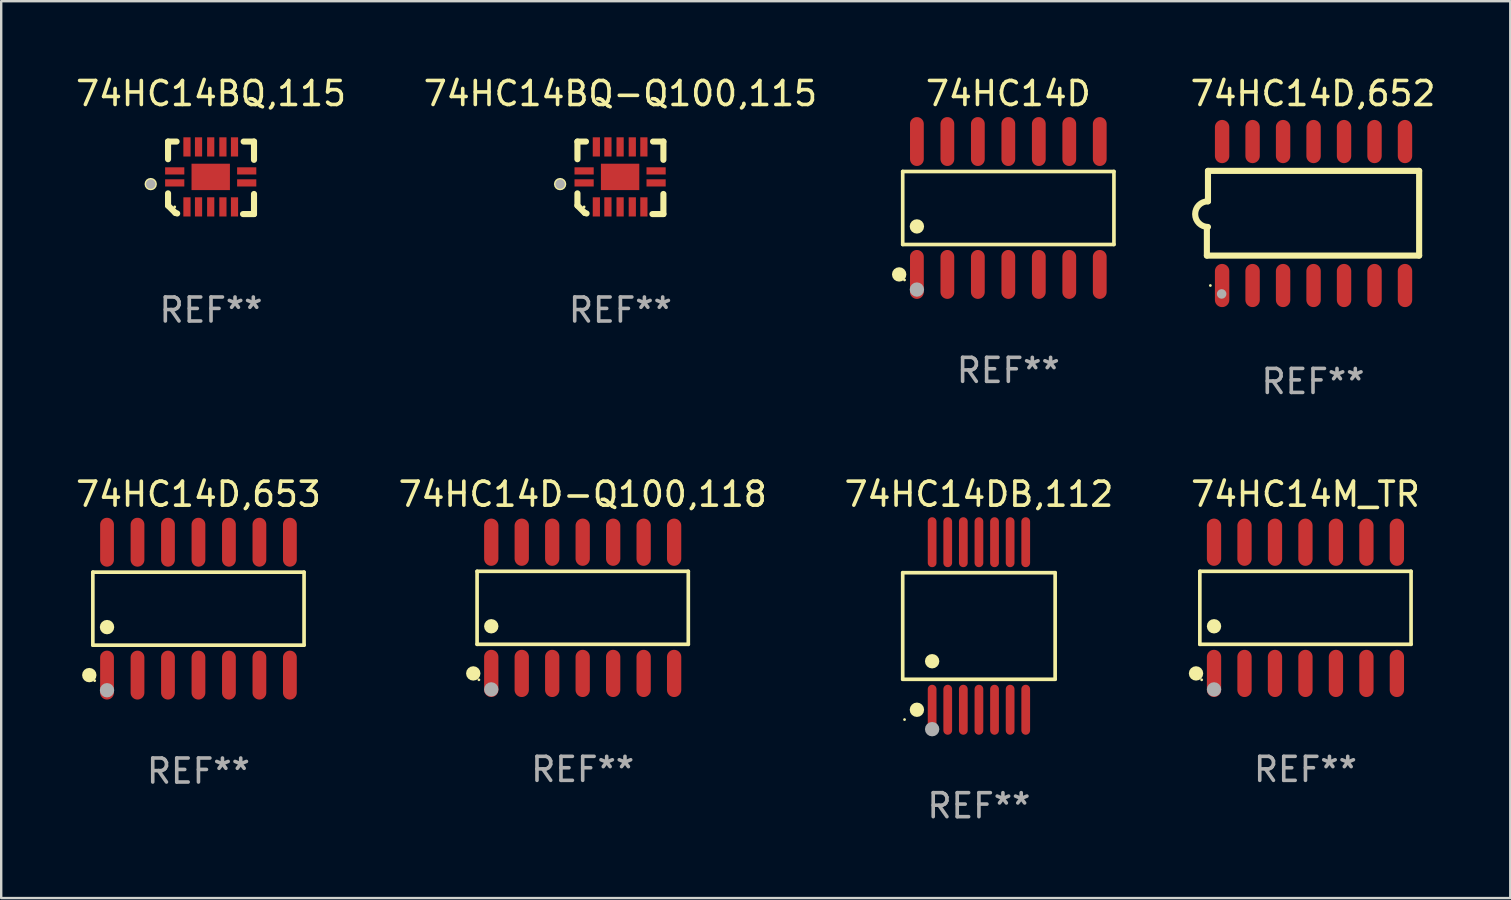
<source format=kicad_pcb>
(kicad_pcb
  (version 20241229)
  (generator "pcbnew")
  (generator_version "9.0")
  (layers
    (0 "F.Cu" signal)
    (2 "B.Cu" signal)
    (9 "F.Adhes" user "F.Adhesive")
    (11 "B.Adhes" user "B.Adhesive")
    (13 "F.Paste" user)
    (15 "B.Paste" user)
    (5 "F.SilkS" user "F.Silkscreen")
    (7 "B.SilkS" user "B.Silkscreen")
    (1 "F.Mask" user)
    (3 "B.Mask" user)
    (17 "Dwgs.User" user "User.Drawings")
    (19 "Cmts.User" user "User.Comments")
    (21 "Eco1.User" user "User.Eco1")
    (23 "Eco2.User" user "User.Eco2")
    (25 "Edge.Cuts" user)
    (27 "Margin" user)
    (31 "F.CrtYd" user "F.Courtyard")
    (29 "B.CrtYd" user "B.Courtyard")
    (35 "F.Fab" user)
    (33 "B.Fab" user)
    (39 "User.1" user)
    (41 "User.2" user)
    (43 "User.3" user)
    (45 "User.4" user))
  (footprint "74HC14BQ,115"
    (layer "F.Cu")
    (at 5.744 4.36)
    (property "Reference" "74HC14BQ,115" (at 0 -3.511 0) (layer "F.SilkS") (effects (font (size 1 1) (thickness 0.15))))
    (attr through_hole)
    (fp_line (start -1.791 -1.511) (end -1.435 -1.511) (stroke (width 0.254) (type solid)) (layer "F.SilkS"))
    (fp_line (start -1.791 -0.775) (end -1.791 -1.511) (stroke (width 0.254) (type solid)) (layer "F.SilkS"))
    (fp_line (start -1.791 1.156) (end -1.791 0.648) (stroke (width 0.254) (type solid)) (layer "F.SilkS"))
    (fp_line (start -1.486 1.461) (end -1.791 1.156) (stroke (width 0.254) (type solid)) (layer "F.SilkS"))
    (fp_line (start -1.41 1.486) (end -1.486 1.461) (stroke (width 0.254) (type solid)) (layer "F.SilkS"))
    (fp_line (start 1.334 1.511) (end 1.791 1.511) (stroke (width 0.254) (type solid)) (layer "F.SilkS"))
    (fp_line (start 1.791 -1.511) (end 1.359 -1.511) (stroke (width 0.254) (type solid)) (layer "F.SilkS"))
    (fp_line (start 1.791 -0.749) (end 1.791 -1.511) (stroke (width 0.254) (type solid)) (layer "F.SilkS"))
    (fp_line (start 1.791 1.511) (end 1.791 0.673) (stroke (width 0.254) (type solid)) (layer "F.SilkS"))
    (fp_circle (center -2.513 0.262) (end -2.383 0.262) (stroke (width 0.254) (type solid)) (fill no) (layer "F.SilkS"))
    (fp_circle (center -1.513 1.212) (end -1.483 1.212) (stroke (width 0.06) (type solid)) (fill no) (layer "F.SilkS"))
    (fp_circle (center -2.513 0.262) (end -2.413 0.262) (stroke (width 0.2) (type solid)) (fill no) (layer "F.Fab"))
    (fp_text user "REF**" (at 0 5.511 0) (layer "F.Fab") (effects (font (size 1 1) (thickness 0.15))))
    (pad "1" smd rect (at -1.513 0.212) (size 0.8 0.3) (layers "F.Cu" "F.Mask" "F.Paste"))
    (pad "2" smd rect (at -1.003 1.212) (size 0.3 0.8) (layers "F.Cu" "F.Mask" "F.Paste"))
    (pad "3" smd rect (at -0.521 1.212) (size 0.3 0.8) (layers "F.Cu" "F.Mask" "F.Paste"))
    (pad "4" smd rect (at -0.013 1.212) (size 0.3 0.8) (layers "F.Cu" "F.Mask" "F.Paste"))
    (pad "5" smd rect (at 0.495 1.212) (size 0.3 0.8) (layers "F.Cu" "F.Mask" "F.Paste"))
    (pad "6" smd rect (at 0.978 1.212) (size 0.3 0.8) (layers "F.Cu" "F.Mask" "F.Paste"))
    (pad "7" smd rect (at 1.487 0.212) (size 0.8 0.3) (layers "F.Cu" "F.Mask" "F.Paste"))
    (pad "8" smd rect (at 1.487 -0.288) (size 0.8 0.3) (layers "F.Cu" "F.Mask" "F.Paste"))
    (pad "9" smd rect (at 0.978 -1.288) (size 0.3 0.8) (layers "F.Cu" "F.Mask" "F.Paste"))
    (pad "10" smd rect (at 0.495 -1.288) (size 0.3 0.8) (layers "F.Cu" "F.Mask" "F.Paste"))
    (pad "11" smd rect (at -0.013 -1.288) (size 0.3 0.8) (layers "F.Cu" "F.Mask" "F.Paste"))
    (pad "12" smd rect (at -0.521 -1.288) (size 0.3 0.8) (layers "F.Cu" "F.Mask" "F.Paste"))
    (pad "13" smd rect (at -1.003 -1.288) (size 0.3 0.8) (layers "F.Cu" "F.Mask" "F.Paste"))
    (pad "14" smd rect (at -1.513 -0.288) (size 0.8 0.3) (layers "F.Cu" "F.Mask" "F.Paste"))
    (pad "15" smd rect (at -0.013 -0.038 90) (size 1.1 1.6) (layers "F.Cu" "F.Mask" "F.Paste")))
  (footprint "74HC14M_TR"
    (layer "F.Cu")
    (at 51.351 22.279)
    (property "Reference" "74HC14M_TR" (at 0 -4.734 0) (layer "F.SilkS") (effects (font (size 1 1) (thickness 0.15))))
    (attr through_hole)
    (fp_line (start -4.401 -1.521) (end 4.401 -1.521) (stroke (width 0.152) (type solid)) (layer "F.SilkS"))
    (fp_line (start -4.401 1.521) (end -4.401 -1.521) (stroke (width 0.152) (type solid)) (layer "F.SilkS"))
    (fp_line (start 4.401 -1.521) (end 4.401 1.521) (stroke (width 0.152) (type solid)) (layer "F.SilkS"))
    (fp_line (start 4.401 1.521) (end -4.401 1.521) (stroke (width 0.152) (type solid)) (layer "F.SilkS"))
    (fp_circle (center -4.56 2.734) (end -4.41 2.734) (stroke (width 0.3) (type solid)) (fill no) (layer "F.SilkS"))
    (fp_circle (center -4.325 3) (end -4.295 3) (stroke (width 0.06) (type solid)) (fill no) (layer "F.SilkS"))
    (fp_circle (center -3.81 0.769) (end -3.66 0.769) (stroke (width 0.3) (type solid)) (fill no) (layer "F.SilkS"))
    (fp_circle (center -3.81 3.4) (end -3.66 3.4) (stroke (width 0.3) (type solid)) (fill no) (layer "F.Fab"))
    (fp_text user "REF**" (at 0 6.734 0) (layer "F.Fab") (effects (font (size 1 1) (thickness 0.15))))
    (pad "1" smd oval (at -3.81 2.734) (size 0.595 1.968) (layers "F.Cu" "F.Mask" "F.Paste"))
    (pad "2" smd oval (at -2.54 2.734) (size 0.595 1.968) (layers "F.Cu" "F.Mask" "F.Paste"))
    (pad "3" smd oval (at -1.27 2.734) (size 0.595 1.968) (layers "F.Cu" "F.Mask" "F.Paste"))
    (pad "4" smd oval (at 0 2.734) (size 0.595 1.968) (layers "F.Cu" "F.Mask" "F.Paste"))
    (pad "5" smd oval (at 1.27 2.734) (size 0.595 1.968) (layers "F.Cu" "F.Mask" "F.Paste"))
    (pad "6" smd oval (at 2.54 2.734) (size 0.595 1.968) (layers "F.Cu" "F.Mask" "F.Paste"))
    (pad "7" smd oval (at 3.81 2.734) (size 0.595 1.968) (layers "F.Cu" "F.Mask" "F.Paste"))
    (pad "8" smd oval (at 3.81 -2.734) (size 0.595 1.968) (layers "F.Cu" "F.Mask" "F.Paste"))
    (pad "9" smd oval (at 2.54 -2.734) (size 0.595 1.968) (layers "F.Cu" "F.Mask" "F.Paste"))
    (pad "10" smd oval (at 1.27 -2.734) (size 0.595 1.968) (layers "F.Cu" "F.Mask" "F.Paste"))
    (pad "11" smd oval (at 0 -2.734) (size 0.595 1.968) (layers "F.Cu" "F.Mask" "F.Paste"))
    (pad "12" smd oval (at -1.27 -2.734) (size 0.595 1.968) (layers "F.Cu" "F.Mask" "F.Paste"))
    (pad "13" smd oval (at -2.54 -2.734) (size 0.595 1.968) (layers "F.Cu" "F.Mask" "F.Paste"))
    (pad "14" smd oval (at -3.81 -2.734) (size 0.595 1.968) (layers "F.Cu" "F.Mask" "F.Paste")))
  (footprint "74HC14D,653"
    (layer "F.Cu")
    (at 5.22 22.314)
    (property "Reference" "74HC14D,653" (at 0 -4.769 0) (layer "F.SilkS") (effects (font (size 1 1) (thickness 0.15))))
    (attr through_hole)
    (fp_line (start -4.401 -1.521) (end 4.401 -1.521) (stroke (width 0.152) (type solid)) (layer "F.SilkS"))
    (fp_line (start -4.401 1.521) (end -4.401 -1.521) (stroke (width 0.152) (type solid)) (layer "F.SilkS"))
    (fp_line (start 4.401 -1.521) (end 4.401 1.521) (stroke (width 0.152) (type solid)) (layer "F.SilkS"))
    (fp_line (start 4.401 1.521) (end -4.401 1.521) (stroke (width 0.152) (type solid)) (layer "F.SilkS"))
    (fp_circle (center -4.549 2.769) (end -4.399 2.769) (stroke (width 0.3) (type solid)) (fill no) (layer "F.SilkS"))
    (fp_circle (center -4.325 3) (end -4.295 3) (stroke (width 0.06) (type solid)) (fill no) (layer "F.SilkS"))
    (fp_circle (center -3.81 0.769) (end -3.66 0.769) (stroke (width 0.3) (type solid)) (fill no) (layer "F.SilkS"))
    (fp_circle (center -3.81 3.4) (end -3.66 3.4) (stroke (width 0.3) (type solid)) (fill no) (layer "F.Fab"))
    (fp_text user "REF**" (at 0 6.769 0) (layer "F.Fab") (effects (font (size 1 1) (thickness 0.15))))
    (pad "1" smd oval (at -3.81 2.769) (size 0.574 2.038) (layers "F.Cu" "F.Mask" "F.Paste"))
    (pad "2" smd oval (at -2.54 2.769) (size 0.574 2.038) (layers "F.Cu" "F.Mask" "F.Paste"))
    (pad "3" smd oval (at -1.27 2.769) (size 0.574 2.038) (layers "F.Cu" "F.Mask" "F.Paste"))
    (pad "4" smd oval (at 0 2.769) (size 0.574 2.038) (layers "F.Cu" "F.Mask" "F.Paste"))
    (pad "5" smd oval (at 1.27 2.769) (size 0.574 2.038) (layers "F.Cu" "F.Mask" "F.Paste"))
    (pad "6" smd oval (at 2.54 2.769) (size 0.574 2.038) (layers "F.Cu" "F.Mask" "F.Paste"))
    (pad "7" smd oval (at 3.81 2.769) (size 0.574 2.038) (layers "F.Cu" "F.Mask" "F.Paste"))
    (pad "8" smd oval (at 3.81 -2.769) (size 0.574 2.038) (layers "F.Cu" "F.Mask" "F.Paste"))
    (pad "9" smd oval (at 2.54 -2.769) (size 0.574 2.038) (layers "F.Cu" "F.Mask" "F.Paste"))
    (pad "10" smd oval (at 1.27 -2.769) (size 0.574 2.038) (layers "F.Cu" "F.Mask" "F.Paste"))
    (pad "11" smd oval (at 0 -2.769) (size 0.574 2.038) (layers "F.Cu" "F.Mask" "F.Paste"))
    (pad "12" smd oval (at -1.27 -2.769) (size 0.574 2.038) (layers "F.Cu" "F.Mask" "F.Paste"))
    (pad "13" smd oval (at -2.54 -2.769) (size 0.574 2.038) (layers "F.Cu" "F.Mask" "F.Paste"))
    (pad "14" smd oval (at -3.81 -2.769) (size 0.574 2.038) (layers "F.Cu" "F.Mask" "F.Paste")))
  (footprint "74HC14DB,112"
    (layer "F.Cu")
    (at 37.744 23.036)
    (property "Reference" "74HC14DB,112" (at 0 -5.491 0) (layer "F.SilkS") (effects (font (size 1 1) (thickness 0.15))))
    (attr through_hole)
    (fp_line (start -3.176 -2.221) (end 3.176 -2.221) (stroke (width 0.152) (type solid)) (layer "F.SilkS"))
    (fp_line (start -3.176 2.221) (end -3.176 -2.221) (stroke (width 0.152) (type solid)) (layer "F.SilkS"))
    (fp_line (start 3.176 -2.221) (end 3.176 2.221) (stroke (width 0.152) (type solid)) (layer "F.SilkS"))
    (fp_line (start 3.176 2.221) (end -3.176 2.221) (stroke (width 0.152) (type solid)) (layer "F.SilkS"))
    (fp_circle (center -3.1 3.9) (end -3.07 3.9) (stroke (width 0.06) (type solid)) (fill no) (layer "F.SilkS"))
    (fp_circle (center -2.584 3.491) (end -2.434 3.491) (stroke (width 0.3) (type solid)) (fill no) (layer "F.SilkS"))
    (fp_circle (center -1.95 1.469) (end -1.8 1.469) (stroke (width 0.3) (type solid)) (fill no) (layer "F.SilkS"))
    (fp_circle (center -1.95 4.3) (end -1.8 4.3) (stroke (width 0.3) (type solid)) (fill no) (layer "F.Fab"))
    (fp_text user "REF**" (at 0 7.491 0) (layer "F.Fab") (effects (font (size 1 1) (thickness 0.15))))
    (pad "1" smd oval (at -1.95 3.491) (size 0.364 2.082) (layers "F.Cu" "F.Mask" "F.Paste"))
    (pad "2" smd oval (at -1.3 3.491) (size 0.364 2.082) (layers "F.Cu" "F.Mask" "F.Paste"))
    (pad "3" smd oval (at -0.65 3.491) (size 0.364 2.082) (layers "F.Cu" "F.Mask" "F.Paste"))
    (pad "4" smd oval (at 0 3.491) (size 0.364 2.082) (layers "F.Cu" "F.Mask" "F.Paste"))
    (pad "5" smd oval (at 0.65 3.491) (size 0.364 2.082) (layers "F.Cu" "F.Mask" "F.Paste"))
    (pad "6" smd oval (at 1.3 3.491) (size 0.364 2.082) (layers "F.Cu" "F.Mask" "F.Paste"))
    (pad "7" smd oval (at 1.95 3.491) (size 0.364 2.082) (layers "F.Cu" "F.Mask" "F.Paste"))
    (pad "8" smd oval (at 1.95 -3.491) (size 0.364 2.082) (layers "F.Cu" "F.Mask" "F.Paste"))
    (pad "9" smd oval (at 1.3 -3.491) (size 0.364 2.082) (layers "F.Cu" "F.Mask" "F.Paste"))
    (pad "10" smd oval (at 0.65 -3.491) (size 0.364 2.082) (layers "F.Cu" "F.Mask" "F.Paste"))
    (pad "11" smd oval (at 0 -3.491) (size 0.364 2.082) (layers "F.Cu" "F.Mask" "F.Paste"))
    (pad "12" smd oval (at -0.65 -3.491) (size 0.364 2.082) (layers "F.Cu" "F.Mask" "F.Paste"))
    (pad "13" smd oval (at -1.3 -3.491) (size 0.364 2.082) (layers "F.Cu" "F.Mask" "F.Paste"))
    (pad "14" smd oval (at -1.95 -3.491) (size 0.364 2.082) (layers "F.Cu" "F.Mask" "F.Paste")))
  (footprint "74HC14BQ-Q100,115"
    (layer "F.Cu")
    (at 22.804 4.36)
    (property "Reference" "74HC14BQ-Q100,115" (at 0 -3.511 0) (layer "F.SilkS") (effects (font (size 1 1) (thickness 0.15))))
    (attr through_hole)
    (fp_line (start -1.791 -1.511) (end -1.435 -1.511) (stroke (width 0.254) (type solid)) (layer "F.SilkS"))
    (fp_line (start -1.791 -0.775) (end -1.791 -1.511) (stroke (width 0.254) (type solid)) (layer "F.SilkS"))
    (fp_line (start -1.791 1.156) (end -1.791 0.648) (stroke (width 0.254) (type solid)) (layer "F.SilkS"))
    (fp_line (start -1.486 1.461) (end -1.791 1.156) (stroke (width 0.254) (type solid)) (layer "F.SilkS"))
    (fp_line (start -1.41 1.486) (end -1.486 1.461) (stroke (width 0.254) (type solid)) (layer "F.SilkS"))
    (fp_line (start 1.334 1.511) (end 1.791 1.511) (stroke (width 0.254) (type solid)) (layer "F.SilkS"))
    (fp_line (start 1.791 -1.511) (end 1.359 -1.511) (stroke (width 0.254) (type solid)) (layer "F.SilkS"))
    (fp_line (start 1.791 -0.749) (end 1.791 -1.511) (stroke (width 0.254) (type solid)) (layer "F.SilkS"))
    (fp_line (start 1.791 1.511) (end 1.791 0.673) (stroke (width 0.254) (type solid)) (layer "F.SilkS"))
    (fp_circle (center -2.513 0.262) (end -2.383 0.262) (stroke (width 0.254) (type solid)) (fill no) (layer "F.SilkS"))
    (fp_circle (center -1.513 1.212) (end -1.483 1.212) (stroke (width 0.06) (type solid)) (fill no) (layer "F.SilkS"))
    (fp_circle (center -2.513 0.262) (end -2.413 0.262) (stroke (width 0.2) (type solid)) (fill no) (layer "F.Fab"))
    (fp_text user "REF**" (at 0 5.511 0) (layer "F.Fab") (effects (font (size 1 1) (thickness 0.15))))
    (pad "1" smd rect (at -1.513 0.212) (size 0.8 0.3) (layers "F.Cu" "F.Mask" "F.Paste"))
    (pad "2" smd rect (at -1.003 1.212) (size 0.3 0.8) (layers "F.Cu" "F.Mask" "F.Paste"))
    (pad "3" smd rect (at -0.521 1.212) (size 0.3 0.8) (layers "F.Cu" "F.Mask" "F.Paste"))
    (pad "4" smd rect (at -0.013 1.212) (size 0.3 0.8) (layers "F.Cu" "F.Mask" "F.Paste"))
    (pad "5" smd rect (at 0.495 1.212) (size 0.3 0.8) (layers "F.Cu" "F.Mask" "F.Paste"))
    (pad "6" smd rect (at 0.978 1.212) (size 0.3 0.8) (layers "F.Cu" "F.Mask" "F.Paste"))
    (pad "7" smd rect (at 1.487 0.212) (size 0.8 0.3) (layers "F.Cu" "F.Mask" "F.Paste"))
    (pad "8" smd rect (at 1.487 -0.288) (size 0.8 0.3) (layers "F.Cu" "F.Mask" "F.Paste"))
    (pad "9" smd rect (at 0.978 -1.288) (size 0.3 0.8) (layers "F.Cu" "F.Mask" "F.Paste"))
    (pad "10" smd rect (at 0.495 -1.288) (size 0.3 0.8) (layers "F.Cu" "F.Mask" "F.Paste"))
    (pad "11" smd rect (at -0.013 -1.288) (size 0.3 0.8) (layers "F.Cu" "F.Mask" "F.Paste"))
    (pad "12" smd rect (at -0.521 -1.288) (size 0.3 0.8) (layers "F.Cu" "F.Mask" "F.Paste"))
    (pad "13" smd rect (at -1.003 -1.288) (size 0.3 0.8) (layers "F.Cu" "F.Mask" "F.Paste"))
    (pad "14" smd rect (at -1.513 -0.288) (size 0.8 0.3) (layers "F.Cu" "F.Mask" "F.Paste"))
    (pad "15" smd rect (at -0.013 -0.038 90) (size 1.1 1.6) (layers "F.Cu" "F.Mask" "F.Paste")))
  (footprint "74HC14D"
    (layer "F.Cu")
    (at 38.969 5.617)
    (property "Reference" "74HC14D" (at 0 -4.769 0) (layer "F.SilkS") (effects (font (size 1 1) (thickness 0.15))))
    (attr through_hole)
    (fp_line (start -4.401 -1.521) (end 4.401 -1.521) (stroke (width 0.152) (type solid)) (layer "F.SilkS"))
    (fp_line (start -4.401 1.521) (end -4.401 -1.521) (stroke (width 0.152) (type solid)) (layer "F.SilkS"))
    (fp_line (start 4.401 -1.521) (end 4.401 1.521) (stroke (width 0.152) (type solid)) (layer "F.SilkS"))
    (fp_line (start 4.401 1.521) (end -4.401 1.521) (stroke (width 0.152) (type solid)) (layer "F.SilkS"))
    (fp_circle (center -4.549 2.769) (end -4.399 2.769) (stroke (width 0.3) (type solid)) (fill no) (layer "F.SilkS"))
    (fp_circle (center -4.325 3) (end -4.295 3) (stroke (width 0.06) (type solid)) (fill no) (layer "F.SilkS"))
    (fp_circle (center -3.81 0.769) (end -3.66 0.769) (stroke (width 0.3) (type solid)) (fill no) (layer "F.SilkS"))
    (fp_circle (center -3.81 3.4) (end -3.66 3.4) (stroke (width 0.3) (type solid)) (fill no) (layer "F.Fab"))
    (fp_text user "REF**" (at 0 6.769 0) (layer "F.Fab") (effects (font (size 1 1) (thickness 0.15))))
    (pad "1" smd oval (at -3.81 2.769) (size 0.574 2.038) (layers "F.Cu" "F.Mask" "F.Paste"))
    (pad "2" smd oval (at -2.54 2.769) (size 0.574 2.038) (layers "F.Cu" "F.Mask" "F.Paste"))
    (pad "3" smd oval (at -1.27 2.769) (size 0.574 2.038) (layers "F.Cu" "F.Mask" "F.Paste"))
    (pad "4" smd oval (at 0 2.769) (size 0.574 2.038) (layers "F.Cu" "F.Mask" "F.Paste"))
    (pad "5" smd oval (at 1.27 2.769) (size 0.574 2.038) (layers "F.Cu" "F.Mask" "F.Paste"))
    (pad "6" smd oval (at 2.54 2.769) (size 0.574 2.038) (layers "F.Cu" "F.Mask" "F.Paste"))
    (pad "7" smd oval (at 3.81 2.769) (size 0.574 2.038) (layers "F.Cu" "F.Mask" "F.Paste"))
    (pad "8" smd oval (at 3.81 -2.769) (size 0.574 2.038) (layers "F.Cu" "F.Mask" "F.Paste"))
    (pad "9" smd oval (at 2.54 -2.769) (size 0.574 2.038) (layers "F.Cu" "F.Mask" "F.Paste"))
    (pad "10" smd oval (at 1.27 -2.769) (size 0.574 2.038) (layers "F.Cu" "F.Mask" "F.Paste"))
    (pad "11" smd oval (at 0 -2.769) (size 0.574 2.038) (layers "F.Cu" "F.Mask" "F.Paste"))
    (pad "12" smd oval (at -1.27 -2.769) (size 0.574 2.038) (layers "F.Cu" "F.Mask" "F.Paste"))
    (pad "13" smd oval (at -2.54 -2.769) (size 0.574 2.038) (layers "F.Cu" "F.Mask" "F.Paste"))
    (pad "14" smd oval (at -3.81 -2.769) (size 0.574 2.038) (layers "F.Cu" "F.Mask" "F.Paste")))
  (footprint "74HC14D-Q100,118"
    (layer "F.Cu")
    (at 21.232 22.279)
    (property "Reference" "74HC14D-Q100,118" (at 0 -4.734 0) (layer "F.SilkS") (effects (font (size 1 1) (thickness 0.15))))
    (attr through_hole)
    (fp_line (start -4.401 -1.521) (end 4.401 -1.521) (stroke (width 0.152) (type solid)) (layer "F.SilkS"))
    (fp_line (start -4.401 1.521) (end -4.401 -1.521) (stroke (width 0.152) (type solid)) (layer "F.SilkS"))
    (fp_line (start 4.401 -1.521) (end 4.401 1.521) (stroke (width 0.152) (type solid)) (layer "F.SilkS"))
    (fp_line (start 4.401 1.521) (end -4.401 1.521) (stroke (width 0.152) (type solid)) (layer "F.SilkS"))
    (fp_circle (center -4.56 2.734) (end -4.41 2.734) (stroke (width 0.3) (type solid)) (fill no) (layer "F.SilkS"))
    (fp_circle (center -4.325 3) (end -4.295 3) (stroke (width 0.06) (type solid)) (fill no) (layer "F.SilkS"))
    (fp_circle (center -3.81 0.769) (end -3.66 0.769) (stroke (width 0.3) (type solid)) (fill no) (layer "F.SilkS"))
    (fp_circle (center -3.81 3.4) (end -3.66 3.4) (stroke (width 0.3) (type solid)) (fill no) (layer "F.Fab"))
    (fp_text user "REF**" (at 0 6.734 0) (layer "F.Fab") (effects (font (size 1 1) (thickness 0.15))))
    (pad "1" smd oval (at -3.81 2.734) (size 0.595 1.968) (layers "F.Cu" "F.Mask" "F.Paste"))
    (pad "2" smd oval (at -2.54 2.734) (size 0.595 1.968) (layers "F.Cu" "F.Mask" "F.Paste"))
    (pad "3" smd oval (at -1.27 2.734) (size 0.595 1.968) (layers "F.Cu" "F.Mask" "F.Paste"))
    (pad "4" smd oval (at 0 2.734) (size 0.595 1.968) (layers "F.Cu" "F.Mask" "F.Paste"))
    (pad "5" smd oval (at 1.27 2.734) (size 0.595 1.968) (layers "F.Cu" "F.Mask" "F.Paste"))
    (pad "6" smd oval (at 2.54 2.734) (size 0.595 1.968) (layers "F.Cu" "F.Mask" "F.Paste"))
    (pad "7" smd oval (at 3.81 2.734) (size 0.595 1.968) (layers "F.Cu" "F.Mask" "F.Paste"))
    (pad "8" smd oval (at 3.81 -2.734) (size 0.595 1.968) (layers "F.Cu" "F.Mask" "F.Paste"))
    (pad "9" smd oval (at 2.54 -2.734) (size 0.595 1.968) (layers "F.Cu" "F.Mask" "F.Paste"))
    (pad "10" smd oval (at 1.27 -2.734) (size 0.595 1.968) (layers "F.Cu" "F.Mask" "F.Paste"))
    (pad "11" smd oval (at 0 -2.734) (size 0.595 1.968) (layers "F.Cu" "F.Mask" "F.Paste"))
    (pad "12" smd oval (at -1.27 -2.734) (size 0.595 1.968) (layers "F.Cu" "F.Mask" "F.Paste"))
    (pad "13" smd oval (at -2.54 -2.734) (size 0.595 1.968) (layers "F.Cu" "F.Mask" "F.Paste"))
    (pad "14" smd oval (at -3.81 -2.734) (size 0.595 1.968) (layers "F.Cu" "F.Mask" "F.Paste")))
  (footprint "74HC14D,652"
    (layer "F.Cu")
    (at 51.666 5.848)
    (property "Reference" "74HC14D,652" (at 0 -5 0) (layer "F.SilkS") (effects (font (size 1 1) (thickness 0.15))))
    (attr through_hole)
    (fp_line (start -4.423 1.753) (end -4.423 0.635) (stroke (width 0.254) (type solid)) (layer "F.SilkS"))
    (fp_line (start -4.377 -1.778) (end 4.423 -1.778) (stroke (width 0.254) (type solid)) (layer "F.SilkS"))
    (fp_line (start -4.377 -0.508) (end -4.377 -1.778) (stroke (width 0.254) (type solid)) (layer "F.SilkS"))
    (fp_line (start 4.423 -1.778) (end 4.423 1.753) (stroke (width 0.254) (type solid)) (layer "F.SilkS"))
    (fp_line (start 4.423 1.753) (end -4.423 1.753) (stroke (width 0.254) (type solid)) (layer "F.SilkS"))
    (fp_arc (start -4.377496 0.558776) (mid -4.910897 0.025375) (end -4.377496 -0.508026) (stroke (width 0.254001) (type solid)) (layer "F.SilkS"))
    (fp_circle (center -4.277 3) (end -4.247 3) (stroke (width 0.06) (type solid)) (fill no) (layer "F.SilkS"))
    (fp_circle (center -3.807 3.351) (end -3.707 3.351) (stroke (width 0.2) (type solid)) (fill no) (layer "F.Fab"))
    (fp_text user "REF**" (at 0 7 0) (layer "F.Fab") (effects (font (size 1 1) (thickness 0.15))))
    (pad "1" smd oval (at -3.788 3 180) (size 0.6 1.8) (layers "F.Cu" "F.Mask" "F.Paste"))
    (pad "2" smd oval (at -2.518 3 180) (size 0.6 1.8) (layers "F.Cu" "F.Mask" "F.Paste"))
    (pad "3" smd oval (at -1.247 3 180) (size 0.6 1.8) (layers "F.Cu" "F.Mask" "F.Paste"))
    (pad "4" smd oval (at 0.023 3 180) (size 0.6 1.8) (layers "F.Cu" "F.Mask" "F.Paste"))
    (pad "5" smd oval (at 1.293 3 180) (size 0.6 1.8) (layers "F.Cu" "F.Mask" "F.Paste"))
    (pad "6" smd oval (at 2.563 3 180) (size 0.6 1.8) (layers "F.Cu" "F.Mask" "F.Paste"))
    (pad "7" smd oval (at 3.833 3 180) (size 0.6 1.8) (layers "F.Cu" "F.Mask" "F.Paste"))
    (pad "8" smd oval (at 3.833 -3 180) (size 0.6 1.8) (layers "F.Cu" "F.Mask" "F.Paste"))
    (pad "9" smd oval (at 2.563 -3 180) (size 0.6 1.8) (layers "F.Cu" "F.Mask" "F.Paste"))
    (pad "10" smd oval (at 1.293 -3 180) (size 0.6 1.8) (layers "F.Cu" "F.Mask" "F.Paste"))
    (pad "11" smd oval (at 0.023 -3 180) (size 0.6 1.8) (layers "F.Cu" "F.Mask" "F.Paste"))
    (pad "12" smd oval (at -1.247 -3 180) (size 0.6 1.8) (layers "F.Cu" "F.Mask" "F.Paste"))
    (pad "13" smd oval (at -2.518 -3 180) (size 0.6 1.8) (layers "F.Cu" "F.Mask" "F.Paste"))
    (pad "14" smd oval (at -3.788 -3 180) (size 0.6 1.8) (layers "F.Cu" "F.Mask" "F.Paste")))
  (gr_rect
    (start -3 -3)
    (end 59.886 34.375)
    (stroke (width 0.1) (type default))
    (fill no)
    (layer "Edge.Cuts")))
</source>
